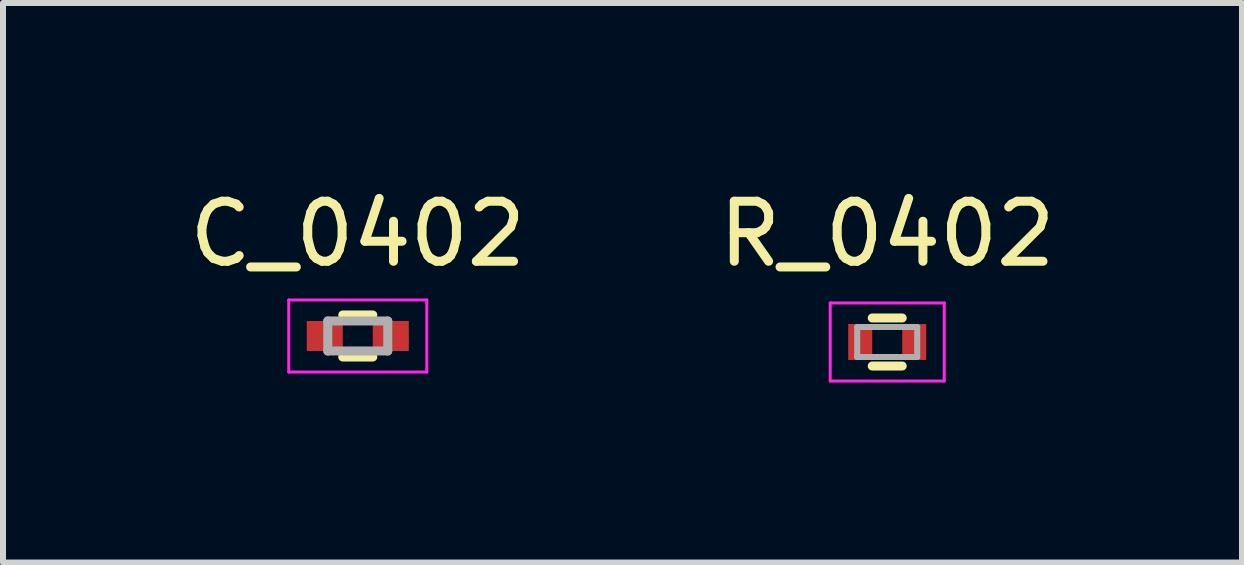
<source format=kicad_pcb>
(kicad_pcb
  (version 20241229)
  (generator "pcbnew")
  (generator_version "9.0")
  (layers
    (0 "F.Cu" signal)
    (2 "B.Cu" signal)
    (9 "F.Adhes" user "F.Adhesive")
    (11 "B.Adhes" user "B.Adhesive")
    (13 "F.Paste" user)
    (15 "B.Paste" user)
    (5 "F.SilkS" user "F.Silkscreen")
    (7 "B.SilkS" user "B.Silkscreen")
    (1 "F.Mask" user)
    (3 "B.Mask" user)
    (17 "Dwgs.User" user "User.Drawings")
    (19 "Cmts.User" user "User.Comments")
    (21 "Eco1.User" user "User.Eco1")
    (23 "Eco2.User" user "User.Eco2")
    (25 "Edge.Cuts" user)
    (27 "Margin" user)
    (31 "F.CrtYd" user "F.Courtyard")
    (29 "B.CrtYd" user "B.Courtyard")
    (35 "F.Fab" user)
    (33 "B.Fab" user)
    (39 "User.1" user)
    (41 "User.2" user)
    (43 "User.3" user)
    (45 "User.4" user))
  (footprint "C_0402"
    (layer "F.Cu")
    (at 2.911 2.548)
    (property "Reference" "C_0402" (at 0 -1.7 0) (layer "F.SilkS") (effects (font (size 1 1) (thickness 0.15))))
    (attr smd)
    (fp_line (start -0.25 0.35) (end 0.25 0.35) (stroke (width 0.15) (type solid)) (layer "F.SilkS"))
    (fp_line (start 0.25 -0.35) (end -0.25 -0.35) (stroke (width 0.15) (type solid)) (layer "F.SilkS"))
    (fp_line (start -1.15 -0.6) (end -1.15 0.6) (stroke (width 0.05) (type solid)) (layer "F.CrtYd"))
    (fp_line (start -1.15 -0.6) (end 1.15 -0.6) (stroke (width 0.05) (type solid)) (layer "F.CrtYd"))
    (fp_line (start -1.15 0.6) (end 1.15 0.6) (stroke (width 0.05) (type solid)) (layer "F.CrtYd"))
    (fp_line (start 1.15 -0.6) (end 1.15 0.6) (stroke (width 0.05) (type solid)) (layer "F.CrtYd"))
    (fp_line (start -0.5 -0.25) (end 0.5 -0.25) (stroke (width 0.15) (type solid)) (layer "F.Fab"))
    (fp_line (start -0.5 0.25) (end -0.5 -0.25) (stroke (width 0.15) (type solid)) (layer "F.Fab"))
    (fp_line (start 0.5 -0.25) (end 0.5 0.25) (stroke (width 0.15) (type solid)) (layer "F.Fab"))
    (fp_line (start 0.5 0.25) (end -0.5 0.25) (stroke (width 0.15) (type solid)) (layer "F.Fab"))
    (pad "1" smd rect (at -0.55 0) (size 0.6 0.5) (layers "F.Cu" "F.Mask" "F.Paste"))
    (pad "2" smd rect (at 0.55 0) (size 0.6 0.5) (layers "F.Cu" "F.Mask" "F.Paste")))
  (footprint "R_0402"
    (layer "F.Cu")
    (at 11.732 2.648)
    (property "Reference" "R_0402" (at 0 -1.8 0) (layer "F.SilkS") (effects (font (size 1 1) (thickness 0.15))))
    (attr smd)
    (fp_line (start -0.25 0.4) (end 0.25 0.4) (stroke (width 0.15) (type solid)) (layer "F.SilkS"))
    (fp_line (start 0.25 -0.4) (end -0.25 -0.4) (stroke (width 0.15) (type solid)) (layer "F.SilkS"))
    (fp_line (start -0.95 -0.65) (end -0.95 0.65) (stroke (width 0.05) (type solid)) (layer "F.CrtYd"))
    (fp_line (start -0.95 -0.65) (end 0.95 -0.65) (stroke (width 0.05) (type solid)) (layer "F.CrtYd"))
    (fp_line (start -0.95 0.65) (end 0.95 0.65) (stroke (width 0.05) (type solid)) (layer "F.CrtYd"))
    (fp_line (start 0.95 -0.65) (end 0.95 0.65) (stroke (width 0.05) (type solid)) (layer "F.CrtYd"))
    (fp_line (start -0.5 -0.25) (end 0.5 -0.25) (stroke (width 0.1) (type solid)) (layer "F.Fab"))
    (fp_line (start -0.5 0.25) (end -0.5 -0.25) (stroke (width 0.1) (type solid)) (layer "F.Fab"))
    (fp_line (start 0.5 -0.25) (end 0.5 0.25) (stroke (width 0.1) (type solid)) (layer "F.Fab"))
    (fp_line (start 0.5 0.25) (end -0.5 0.25) (stroke (width 0.1) (type solid)) (layer "F.Fab"))
    (pad "1" smd rect (at -0.45 0) (size 0.4 0.6) (layers "F.Cu" "F.Mask" "F.Paste"))
    (pad "2" smd rect (at 0.45 0) (size 0.4 0.6) (layers "F.Cu" "F.Mask" "F.Paste")))
  (gr_rect
    (start -3 -3)
    (end 17.643 6.323)
    (stroke (width 0.1) (type default))
    (fill no)
    (layer "Edge.Cuts")))
</source>
